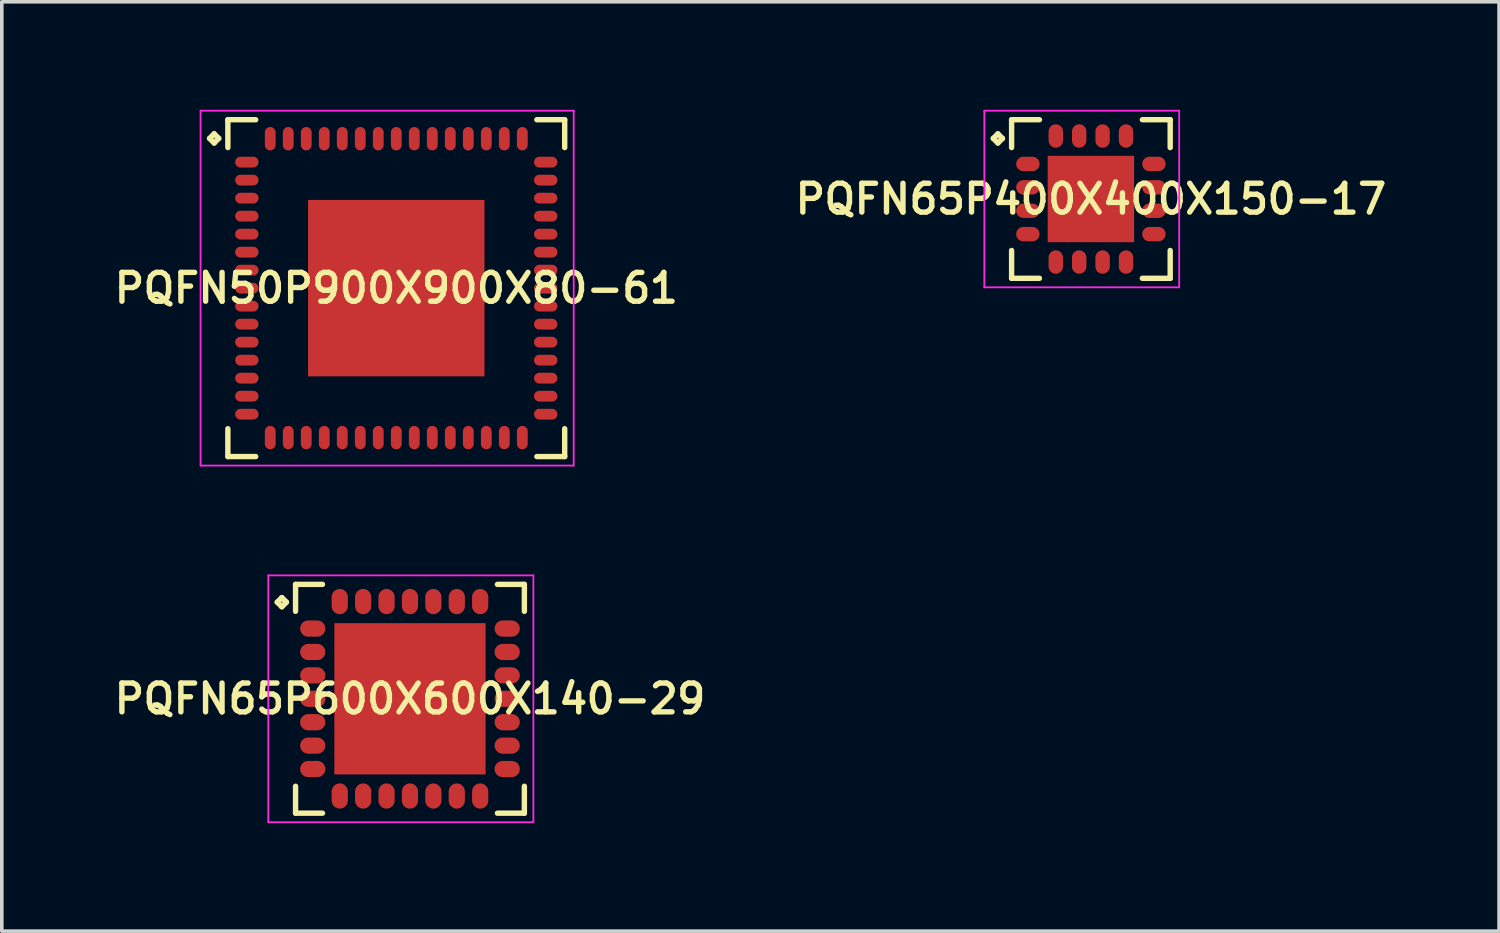
<source format=kicad_pcb>
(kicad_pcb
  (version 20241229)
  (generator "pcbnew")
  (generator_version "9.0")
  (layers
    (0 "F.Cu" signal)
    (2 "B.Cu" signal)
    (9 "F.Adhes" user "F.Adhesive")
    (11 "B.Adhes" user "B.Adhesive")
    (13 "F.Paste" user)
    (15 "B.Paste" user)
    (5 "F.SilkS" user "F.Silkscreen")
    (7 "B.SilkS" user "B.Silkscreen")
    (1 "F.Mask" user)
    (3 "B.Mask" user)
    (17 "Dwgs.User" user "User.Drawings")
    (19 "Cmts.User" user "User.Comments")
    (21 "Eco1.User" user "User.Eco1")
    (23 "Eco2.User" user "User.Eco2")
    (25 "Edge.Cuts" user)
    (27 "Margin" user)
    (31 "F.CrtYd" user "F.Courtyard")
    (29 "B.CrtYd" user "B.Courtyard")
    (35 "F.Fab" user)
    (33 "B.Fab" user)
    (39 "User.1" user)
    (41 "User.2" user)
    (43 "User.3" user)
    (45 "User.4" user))
  (footprint "PQFN65P600X600X140-29"
    (layer "F.Cu")
    (at 8.335 16.356)
    (property "Reference" "PQFN65P600X600X140-29" (at 0 0 0) (layer "F.SilkS") (effects (font (size 0.8 0.8) (thickness 0.15))))
    (attr smd)
    (fp_line (start -3.685 -2.683) (end -3.558 -2.81) (stroke (width 0.15) (type solid)) (layer "F.SilkS"))
    (fp_line (start -3.558 -2.81) (end -3.431 -2.683) (stroke (width 0.15) (type solid)) (layer "F.SilkS"))
    (fp_line (start -3.558 -2.556) (end -3.685 -2.683) (stroke (width 0.15) (type solid)) (layer "F.SilkS"))
    (fp_line (start -3.431 -2.683) (end -3.558 -2.556) (stroke (width 0.15) (type solid)) (layer "F.SilkS"))
    (fp_line (start -3.177 -3.177) (end -2.429 -3.177) (stroke (width 0.15) (type solid)) (layer "F.SilkS"))
    (fp_line (start -3.177 -2.429) (end -3.177 -3.177) (stroke (width 0.15) (type solid)) (layer "F.SilkS"))
    (fp_line (start -3.177 2.429) (end -3.177 3.177) (stroke (width 0.15) (type solid)) (layer "F.SilkS"))
    (fp_line (start -3.177 3.177) (end -2.429 3.177) (stroke (width 0.15) (type solid)) (layer "F.SilkS"))
    (fp_line (start 2.429 -3.177) (end 3.177 -3.177) (stroke (width 0.15) (type solid)) (layer "F.SilkS"))
    (fp_line (start 2.429 3.177) (end 3.177 3.177) (stroke (width 0.15) (type solid)) (layer "F.SilkS"))
    (fp_line (start 3.177 -3.177) (end 3.177 -2.429) (stroke (width 0.15) (type solid)) (layer "F.SilkS"))
    (fp_line (start 3.177 3.177) (end 3.177 2.429) (stroke (width 0.15) (type solid)) (layer "F.SilkS"))
    (fp_line (start -3.935 -3.427) (end 3.427 -3.427) (stroke (width 0.05) (type solid)) (layer "F.CrtYd"))
    (fp_line (start -3.935 3.427) (end -3.935 -3.427) (stroke (width 0.05) (type solid)) (layer "F.CrtYd"))
    (fp_line (start 3.427 -3.427) (end 3.427 3.427) (stroke (width 0.05) (type solid)) (layer "F.CrtYd"))
    (fp_line (start 3.427 3.427) (end -3.935 3.427) (stroke (width 0.05) (type solid)) (layer "F.CrtYd"))
    (pad "1" smd oval (at -2.7 -1.95) (size 0.7 0.45) (layers "F.Cu" "F.Mask" "F.Paste"))
    (pad "2" smd oval (at -2.7 -1.3) (size 0.7 0.45) (layers "F.Cu" "F.Mask" "F.Paste"))
    (pad "3" smd oval (at -2.7 -0.65) (size 0.7 0.45) (layers "F.Cu" "F.Mask" "F.Paste"))
    (pad "4" smd oval (at -2.7 0) (size 0.7 0.45) (layers "F.Cu" "F.Mask" "F.Paste"))
    (pad "5" smd oval (at -2.7 0.65) (size 0.7 0.45) (layers "F.Cu" "F.Mask" "F.Paste"))
    (pad "6" smd oval (at -2.7 1.3) (size 0.7 0.45) (layers "F.Cu" "F.Mask" "F.Paste"))
    (pad "7" smd oval (at -2.7 1.95) (size 0.7 0.45) (layers "F.Cu" "F.Mask" "F.Paste"))
    (pad "8" smd oval (at -1.95 2.7) (size 0.45 0.7) (layers "F.Cu" "F.Mask" "F.Paste"))
    (pad "9" smd oval (at -1.3 2.7) (size 0.45 0.7) (layers "F.Cu" "F.Mask" "F.Paste"))
    (pad "10" smd oval (at -0.65 2.7) (size 0.45 0.7) (layers "F.Cu" "F.Mask" "F.Paste"))
    (pad "11" smd oval (at 0 2.7) (size 0.45 0.7) (layers "F.Cu" "F.Mask" "F.Paste"))
    (pad "12" smd oval (at 0.65 2.7) (size 0.45 0.7) (layers "F.Cu" "F.Mask" "F.Paste"))
    (pad "13" smd oval (at 1.3 2.7) (size 0.45 0.7) (layers "F.Cu" "F.Mask" "F.Paste"))
    (pad "14" smd oval (at 1.95 2.7) (size 0.45 0.7) (layers "F.Cu" "F.Mask" "F.Paste"))
    (pad "15" smd oval (at 2.7 1.95) (size 0.7 0.45) (layers "F.Cu" "F.Mask" "F.Paste"))
    (pad "16" smd oval (at 2.7 1.3) (size 0.7 0.45) (layers "F.Cu" "F.Mask" "F.Paste"))
    (pad "17" smd oval (at 2.7 0.65) (size 0.7 0.45) (layers "F.Cu" "F.Mask" "F.Paste"))
    (pad "18" smd oval (at 2.7 0) (size 0.7 0.45) (layers "F.Cu" "F.Mask" "F.Paste"))
    (pad "19" smd oval (at 2.7 -0.65) (size 0.7 0.45) (layers "F.Cu" "F.Mask" "F.Paste"))
    (pad "20" smd oval (at 2.7 -1.3) (size 0.7 0.45) (layers "F.Cu" "F.Mask" "F.Paste"))
    (pad "21" smd oval (at 2.7 -1.95) (size 0.7 0.45) (layers "F.Cu" "F.Mask" "F.Paste"))
    (pad "22" smd oval (at 1.95 -2.7) (size 0.45 0.7) (layers "F.Cu" "F.Mask" "F.Paste"))
    (pad "23" smd oval (at 1.3 -2.7) (size 0.45 0.7) (layers "F.Cu" "F.Mask" "F.Paste"))
    (pad "24" smd oval (at 0.65 -2.7) (size 0.45 0.7) (layers "F.Cu" "F.Mask" "F.Paste"))
    (pad "25" smd oval (at 0 -2.7) (size 0.45 0.7) (layers "F.Cu" "F.Mask" "F.Paste"))
    (pad "26" smd oval (at -0.65 -2.7) (size 0.45 0.7) (layers "F.Cu" "F.Mask" "F.Paste"))
    (pad "27" smd oval (at -1.3 -2.7) (size 0.45 0.7) (layers "F.Cu" "F.Mask" "F.Paste"))
    (pad "28" smd oval (at -1.95 -2.7) (size 0.45 0.7) (layers "F.Cu" "F.Mask" "F.Paste"))
    (pad "29" smd rect (at 0 0) (size 4.2 4.2) (layers "F.Cu" "F.Mask" "F.Paste")))
  (footprint "PQFN65P400X400X150-17"
    (layer "F.Cu")
    (at 27.245 2.477)
    (property "Reference" "PQFN65P400X400X150-17" (at 0 0 0) (layer "F.SilkS") (effects (font (size 0.8 0.8) (thickness 0.15))))
    (attr smd)
    (fp_line (start -2.71 -1.683) (end -2.583 -1.81) (stroke (width 0.15) (type solid)) (layer "F.SilkS"))
    (fp_line (start -2.583 -1.81) (end -2.456 -1.683) (stroke (width 0.15) (type solid)) (layer "F.SilkS"))
    (fp_line (start -2.583 -1.556) (end -2.71 -1.683) (stroke (width 0.15) (type solid)) (layer "F.SilkS"))
    (fp_line (start -2.456 -1.683) (end -2.583 -1.556) (stroke (width 0.15) (type solid)) (layer "F.SilkS"))
    (fp_line (start -2.202 -2.202) (end -1.429 -2.202) (stroke (width 0.15) (type solid)) (layer "F.SilkS"))
    (fp_line (start -2.202 -1.429) (end -2.202 -2.202) (stroke (width 0.15) (type solid)) (layer "F.SilkS"))
    (fp_line (start -2.202 1.429) (end -2.202 2.202) (stroke (width 0.15) (type solid)) (layer "F.SilkS"))
    (fp_line (start -2.202 2.202) (end -1.429 2.202) (stroke (width 0.15) (type solid)) (layer "F.SilkS"))
    (fp_line (start 1.429 -2.202) (end 2.202 -2.202) (stroke (width 0.15) (type solid)) (layer "F.SilkS"))
    (fp_line (start 1.429 2.202) (end 2.202 2.202) (stroke (width 0.15) (type solid)) (layer "F.SilkS"))
    (fp_line (start 2.202 -2.202) (end 2.202 -1.429) (stroke (width 0.15) (type solid)) (layer "F.SilkS"))
    (fp_line (start 2.202 2.202) (end 2.202 1.429) (stroke (width 0.15) (type solid)) (layer "F.SilkS"))
    (fp_line (start -2.96 -2.452) (end 2.452 -2.452) (stroke (width 0.05) (type solid)) (layer "F.CrtYd"))
    (fp_line (start -2.96 2.452) (end -2.96 -2.452) (stroke (width 0.05) (type solid)) (layer "F.CrtYd"))
    (fp_line (start 2.452 -2.452) (end 2.452 2.452) (stroke (width 0.05) (type solid)) (layer "F.CrtYd"))
    (fp_line (start 2.452 2.452) (end -2.96 2.452) (stroke (width 0.05) (type solid)) (layer "F.CrtYd"))
    (pad "1" smd oval (at -1.75 -0.975) (size 0.65 0.4) (layers "F.Cu" "F.Mask" "F.Paste"))
    (pad "2" smd oval (at -1.75 -0.325) (size 0.65 0.4) (layers "F.Cu" "F.Mask" "F.Paste"))
    (pad "3" smd oval (at -1.75 0.325) (size 0.65 0.4) (layers "F.Cu" "F.Mask" "F.Paste"))
    (pad "4" smd oval (at -1.75 0.975) (size 0.65 0.4) (layers "F.Cu" "F.Mask" "F.Paste"))
    (pad "5" smd oval (at -0.975 1.75) (size 0.4 0.65) (layers "F.Cu" "F.Mask" "F.Paste"))
    (pad "6" smd oval (at -0.325 1.75) (size 0.4 0.65) (layers "F.Cu" "F.Mask" "F.Paste"))
    (pad "7" smd oval (at 0.325 1.75) (size 0.4 0.65) (layers "F.Cu" "F.Mask" "F.Paste"))
    (pad "8" smd oval (at 0.975 1.75) (size 0.4 0.65) (layers "F.Cu" "F.Mask" "F.Paste"))
    (pad "9" smd oval (at 1.75 0.975) (size 0.65 0.4) (layers "F.Cu" "F.Mask" "F.Paste"))
    (pad "10" smd oval (at 1.75 0.325) (size 0.65 0.4) (layers "F.Cu" "F.Mask" "F.Paste"))
    (pad "11" smd oval (at 1.75 -0.325) (size 0.65 0.4) (layers "F.Cu" "F.Mask" "F.Paste"))
    (pad "12" smd oval (at 1.75 -0.975) (size 0.65 0.4) (layers "F.Cu" "F.Mask" "F.Paste"))
    (pad "13" smd oval (at 0.975 -1.75) (size 0.4 0.65) (layers "F.Cu" "F.Mask" "F.Paste"))
    (pad "14" smd oval (at 0.325 -1.75) (size 0.4 0.65) (layers "F.Cu" "F.Mask" "F.Paste"))
    (pad "15" smd oval (at -0.325 -1.75) (size 0.4 0.65) (layers "F.Cu" "F.Mask" "F.Paste"))
    (pad "16" smd oval (at -0.975 -1.75) (size 0.4 0.65) (layers "F.Cu" "F.Mask" "F.Paste"))
    (pad "17" smd rect (at 0 0) (size 2.4 2.4) (layers "F.Cu" "F.Mask" "F.Paste")))
  (footprint "PQFN50P900X900X80-61"
    (layer "F.Cu")
    (at 7.955 4.952)
    (property "Reference" "PQFN50P900X900X80-61" (at 0 0 0) (layer "F.SilkS") (effects (font (size 0.8 0.8) (thickness 0.15))))
    (attr smd)
    (fp_line (start -5.185 -4.158) (end -5.058 -4.285) (stroke (width 0.15) (type solid)) (layer "F.SilkS"))
    (fp_line (start -5.058 -4.285) (end -4.931 -4.158) (stroke (width 0.15) (type solid)) (layer "F.SilkS"))
    (fp_line (start -5.058 -4.031) (end -5.185 -4.158) (stroke (width 0.15) (type solid)) (layer "F.SilkS"))
    (fp_line (start -4.931 -4.158) (end -5.058 -4.031) (stroke (width 0.15) (type solid)) (layer "F.SilkS"))
    (fp_line (start -4.677 -4.677) (end -3.904 -4.677) (stroke (width 0.15) (type solid)) (layer "F.SilkS"))
    (fp_line (start -4.677 -3.904) (end -4.677 -4.677) (stroke (width 0.15) (type solid)) (layer "F.SilkS"))
    (fp_line (start -4.677 3.904) (end -4.677 4.677) (stroke (width 0.15) (type solid)) (layer "F.SilkS"))
    (fp_line (start -4.677 4.677) (end -3.904 4.677) (stroke (width 0.15) (type solid)) (layer "F.SilkS"))
    (fp_line (start 3.904 -4.677) (end 4.677 -4.677) (stroke (width 0.15) (type solid)) (layer "F.SilkS"))
    (fp_line (start 3.904 4.677) (end 4.677 4.677) (stroke (width 0.15) (type solid)) (layer "F.SilkS"))
    (fp_line (start 4.677 -4.677) (end 4.677 -3.904) (stroke (width 0.15) (type solid)) (layer "F.SilkS"))
    (fp_line (start 4.677 4.677) (end 4.677 3.904) (stroke (width 0.15) (type solid)) (layer "F.SilkS"))
    (fp_line (start -5.435 -4.927) (end 4.927 -4.927) (stroke (width 0.05) (type solid)) (layer "F.CrtYd"))
    (fp_line (start -5.435 4.927) (end -5.435 -4.927) (stroke (width 0.05) (type solid)) (layer "F.CrtYd"))
    (fp_line (start 4.927 -4.927) (end 4.927 4.927) (stroke (width 0.05) (type solid)) (layer "F.CrtYd"))
    (fp_line (start 4.927 4.927) (end -5.435 4.927) (stroke (width 0.05) (type solid)) (layer "F.CrtYd"))
    (pad "1" smd oval (at -4.15 -3.5) (size 0.65 0.3) (layers "F.Cu" "F.Mask" "F.Paste"))
    (pad "2" smd oval (at -4.15 -3) (size 0.65 0.3) (layers "F.Cu" "F.Mask" "F.Paste"))
    (pad "3" smd oval (at -4.15 -2.5) (size 0.65 0.3) (layers "F.Cu" "F.Mask" "F.Paste"))
    (pad "4" smd oval (at -4.15 -2) (size 0.65 0.3) (layers "F.Cu" "F.Mask" "F.Paste"))
    (pad "5" smd oval (at -4.15 -1.5) (size 0.65 0.3) (layers "F.Cu" "F.Mask" "F.Paste"))
    (pad "6" smd oval (at -4.15 -1) (size 0.65 0.3) (layers "F.Cu" "F.Mask" "F.Paste"))
    (pad "7" smd oval (at -4.15 -0.5) (size 0.65 0.3) (layers "F.Cu" "F.Mask" "F.Paste"))
    (pad "8" smd oval (at -4.15 0) (size 0.65 0.3) (layers "F.Cu" "F.Mask" "F.Paste"))
    (pad "9" smd oval (at -4.15 0.5) (size 0.65 0.3) (layers "F.Cu" "F.Mask" "F.Paste"))
    (pad "10" smd oval (at -4.15 1) (size 0.65 0.3) (layers "F.Cu" "F.Mask" "F.Paste"))
    (pad "11" smd oval (at -4.15 1.5) (size 0.65 0.3) (layers "F.Cu" "F.Mask" "F.Paste"))
    (pad "12" smd oval (at -4.15 2) (size 0.65 0.3) (layers "F.Cu" "F.Mask" "F.Paste"))
    (pad "13" smd oval (at -4.15 2.5) (size 0.65 0.3) (layers "F.Cu" "F.Mask" "F.Paste"))
    (pad "14" smd oval (at -4.15 3) (size 0.65 0.3) (layers "F.Cu" "F.Mask" "F.Paste"))
    (pad "15" smd oval (at -4.15 3.5) (size 0.65 0.3) (layers "F.Cu" "F.Mask" "F.Paste"))
    (pad "16" smd oval (at -3.5 4.15) (size 0.3 0.65) (layers "F.Cu" "F.Mask" "F.Paste"))
    (pad "17" smd oval (at -3 4.15) (size 0.3 0.65) (layers "F.Cu" "F.Mask" "F.Paste"))
    (pad "18" smd oval (at -2.5 4.15) (size 0.3 0.65) (layers "F.Cu" "F.Mask" "F.Paste"))
    (pad "19" smd oval (at -2 4.15) (size 0.3 0.65) (layers "F.Cu" "F.Mask" "F.Paste"))
    (pad "20" smd oval (at -1.5 4.15) (size 0.3 0.65) (layers "F.Cu" "F.Mask" "F.Paste"))
    (pad "21" smd oval (at -1 4.15) (size 0.3 0.65) (layers "F.Cu" "F.Mask" "F.Paste"))
    (pad "22" smd oval (at -0.5 4.15) (size 0.3 0.65) (layers "F.Cu" "F.Mask" "F.Paste"))
    (pad "23" smd oval (at 0 4.15) (size 0.3 0.65) (layers "F.Cu" "F.Mask" "F.Paste"))
    (pad "24" smd oval (at 0.5 4.15) (size 0.3 0.65) (layers "F.Cu" "F.Mask" "F.Paste"))
    (pad "25" smd oval (at 1 4.15) (size 0.3 0.65) (layers "F.Cu" "F.Mask" "F.Paste"))
    (pad "26" smd oval (at 1.5 4.15) (size 0.3 0.65) (layers "F.Cu" "F.Mask" "F.Paste"))
    (pad "27" smd oval (at 2 4.15) (size 0.3 0.65) (layers "F.Cu" "F.Mask" "F.Paste"))
    (pad "28" smd oval (at 2.5 4.15) (size 0.3 0.65) (layers "F.Cu" "F.Mask" "F.Paste"))
    (pad "29" smd oval (at 3 4.15) (size 0.3 0.65) (layers "F.Cu" "F.Mask" "F.Paste"))
    (pad "30" smd oval (at 3.5 4.15) (size 0.3 0.65) (layers "F.Cu" "F.Mask" "F.Paste"))
    (pad "31" smd oval (at 4.15 3.5) (size 0.65 0.3) (layers "F.Cu" "F.Mask" "F.Paste"))
    (pad "32" smd oval (at 4.15 3) (size 0.65 0.3) (layers "F.Cu" "F.Mask" "F.Paste"))
    (pad "33" smd oval (at 4.15 2.5) (size 0.65 0.3) (layers "F.Cu" "F.Mask" "F.Paste"))
    (pad "34" smd oval (at 4.15 2) (size 0.65 0.3) (layers "F.Cu" "F.Mask" "F.Paste"))
    (pad "35" smd oval (at 4.15 1.5) (size 0.65 0.3) (layers "F.Cu" "F.Mask" "F.Paste"))
    (pad "36" smd oval (at 4.15 1) (size 0.65 0.3) (layers "F.Cu" "F.Mask" "F.Paste"))
    (pad "37" smd oval (at 4.15 0.5) (size 0.65 0.3) (layers "F.Cu" "F.Mask" "F.Paste"))
    (pad "38" smd oval (at 4.15 0) (size 0.65 0.3) (layers "F.Cu" "F.Mask" "F.Paste"))
    (pad "39" smd oval (at 4.15 -0.5) (size 0.65 0.3) (layers "F.Cu" "F.Mask" "F.Paste"))
    (pad "40" smd oval (at 4.15 -1) (size 0.65 0.3) (layers "F.Cu" "F.Mask" "F.Paste"))
    (pad "41" smd oval (at 4.15 -1.5) (size 0.65 0.3) (layers "F.Cu" "F.Mask" "F.Paste"))
    (pad "42" smd oval (at 4.15 -2) (size 0.65 0.3) (layers "F.Cu" "F.Mask" "F.Paste"))
    (pad "43" smd oval (at 4.15 -2.5) (size 0.65 0.3) (layers "F.Cu" "F.Mask" "F.Paste"))
    (pad "44" smd oval (at 4.15 -3) (size 0.65 0.3) (layers "F.Cu" "F.Mask" "F.Paste"))
    (pad "45" smd oval (at 4.15 -3.5) (size 0.65 0.3) (layers "F.Cu" "F.Mask" "F.Paste"))
    (pad "46" smd oval (at 3.5 -4.15) (size 0.3 0.65) (layers "F.Cu" "F.Mask" "F.Paste"))
    (pad "47" smd oval (at 3 -4.15) (size 0.3 0.65) (layers "F.Cu" "F.Mask" "F.Paste"))
    (pad "48" smd oval (at 2.5 -4.15) (size 0.3 0.65) (layers "F.Cu" "F.Mask" "F.Paste"))
    (pad "49" smd oval (at 2 -4.15) (size 0.3 0.65) (layers "F.Cu" "F.Mask" "F.Paste"))
    (pad "50" smd oval (at 1.5 -4.15) (size 0.3 0.65) (layers "F.Cu" "F.Mask" "F.Paste"))
    (pad "51" smd oval (at 1 -4.15) (size 0.3 0.65) (layers "F.Cu" "F.Mask" "F.Paste"))
    (pad "52" smd oval (at 0.5 -4.15) (size 0.3 0.65) (layers "F.Cu" "F.Mask" "F.Paste"))
    (pad "53" smd oval (at 0 -4.15) (size 0.3 0.65) (layers "F.Cu" "F.Mask" "F.Paste"))
    (pad "54" smd oval (at -0.5 -4.15) (size 0.3 0.65) (layers "F.Cu" "F.Mask" "F.Paste"))
    (pad "55" smd oval (at -1 -4.15) (size 0.3 0.65) (layers "F.Cu" "F.Mask" "F.Paste"))
    (pad "56" smd oval (at -1.5 -4.15) (size 0.3 0.65) (layers "F.Cu" "F.Mask" "F.Paste"))
    (pad "57" smd oval (at -2 -4.15) (size 0.3 0.65) (layers "F.Cu" "F.Mask" "F.Paste"))
    (pad "58" smd oval (at -2.5 -4.15) (size 0.3 0.65) (layers "F.Cu" "F.Mask" "F.Paste"))
    (pad "59" smd oval (at -3 -4.15) (size 0.3 0.65) (layers "F.Cu" "F.Mask" "F.Paste"))
    (pad "60" smd oval (at -3.5 -4.15) (size 0.3 0.65) (layers "F.Cu" "F.Mask" "F.Paste"))
    (pad "61" smd rect (at 0 0) (size 4.9 4.9) (layers "F.Cu" "F.Mask" "F.Paste")))
  (gr_rect
    (start -3 -3)
    (end 38.58 22.808)
    (stroke (width 0.1) (type default))
    (fill no)
    (layer "Edge.Cuts")))
</source>
